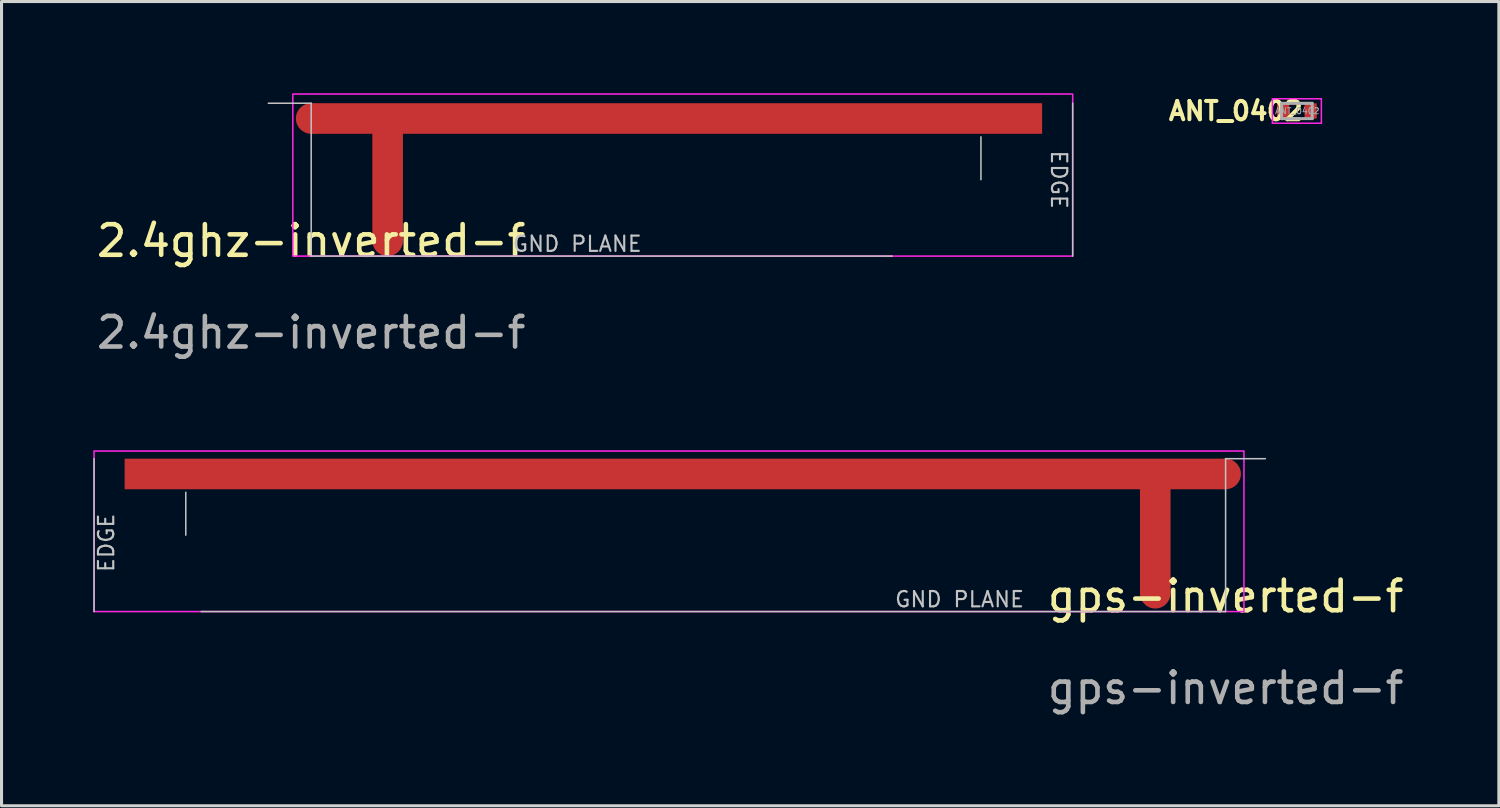
<source format=kicad_pcb>
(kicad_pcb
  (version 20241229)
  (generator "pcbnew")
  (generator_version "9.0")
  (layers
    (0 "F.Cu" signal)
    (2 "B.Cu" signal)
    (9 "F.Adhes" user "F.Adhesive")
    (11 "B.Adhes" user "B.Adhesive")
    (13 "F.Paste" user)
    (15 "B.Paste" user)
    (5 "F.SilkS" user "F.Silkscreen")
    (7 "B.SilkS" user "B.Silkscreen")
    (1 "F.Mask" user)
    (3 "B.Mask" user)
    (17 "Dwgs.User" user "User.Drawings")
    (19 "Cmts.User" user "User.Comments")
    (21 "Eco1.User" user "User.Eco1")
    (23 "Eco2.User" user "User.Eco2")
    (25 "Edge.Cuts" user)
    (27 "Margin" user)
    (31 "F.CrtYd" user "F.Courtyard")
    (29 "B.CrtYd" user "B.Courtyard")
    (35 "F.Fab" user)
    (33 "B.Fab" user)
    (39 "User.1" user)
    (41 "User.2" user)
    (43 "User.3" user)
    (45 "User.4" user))
  (footprint "2.4ghz-inverted-f"
    (layer "F.Cu")
    (at 7.125 5.325)
    (property "Reference" "2.4ghz-inverted-f" (at 0 -0.5 0) (unlocked yes) (layer "F.SilkS") (effects (font (size 1 1) (thickness 0.15))))
    (attr exclude_from_pos_files exclude_from_bom)
    (fp_rect (start 0 -5) (end 23.9 -4) (stroke (width 0) (type solid)) (fill yes) (layer "F.Cu"))
    (fp_rect (start 2 -0.5) (end 3 -4.55) (stroke (width 0) (type solid)) (fill yes) (layer "F.Cu"))
    (fp_line (start 19.9 -3.7) (end 19.9 -2.9) (stroke (width 0.12) (type solid)) (layer "F.Mask"))
    (fp_line (start 20.4 -3.7) (end 20.4 -2.9) (stroke (width 0.12) (type solid)) (layer "F.Mask"))
    (fp_line (start 20.9 -3.7) (end 20.9 -2.9) (stroke (width 0.12) (type solid)) (layer "F.Mask"))
    (fp_line (start 21.4 -3.7) (end 21.4 -2.9) (stroke (width 0.12) (type solid)) (layer "F.Mask"))
    (fp_line (start 21.9 -3.7) (end 21.9 -2.3) (stroke (width 0.12) (type solid)) (layer "F.Mask"))
    (fp_line (start 22.4 -3.7) (end 22.4 -2.9) (stroke (width 0.12) (type solid)) (layer "F.Mask"))
    (fp_line (start 22.9 -3.7) (end 22.9 -2.9) (stroke (width 0.12) (type solid)) (layer "F.Mask"))
    (fp_line (start 23.4 -3.7) (end 23.4 -2.9) (stroke (width 0.12) (type solid)) (layer "F.Mask"))
    (fp_line (start 23.9 -3.7) (end 23.9 -2.9) (stroke (width 0.12) (type solid)) (layer "F.Mask"))
    (fp_rect (start 0.05 -5) (end 23.9 -4) (stroke (width 0.1) (type solid)) (fill yes) (layer "F.Mask"))
    (fp_rect (start 2.95 -4) (end 2.05 -0.15) (stroke (width 0.2) (type solid)) (fill yes) (layer "F.Mask"))
    (fp_line (start 0 -5) (end -1.4 -5) (stroke (width 0.05) (type solid)) (layer "Dwgs.User"))
    (fp_line (start 0 0) (end 0 -5) (stroke (width 0.05) (type solid)) (layer "Dwgs.User"))
    (fp_line (start 0 0) (end 19 0) (stroke (width 0.05) (type solid)) (layer "Dwgs.User"))
    (fp_line (start 21.9 -3.9) (end 21.9 -2.5) (stroke (width 0.05) (type solid)) (layer "Dwgs.User"))
    (fp_line (start 24.9 0) (end 24.9 -5) (stroke (width 0.05) (type solid)) (layer "Dwgs.User"))
    (fp_rect (start -0.6 -5.3) (end 24.9 0) (stroke (width 0.05) (type solid)) (fill no) (layer "F.CrtYd"))
    (fp_text user "EDGE" (at 24.45 -2.5 270) (unlocked yes) (layer "Dwgs.User") (effects (font (size 0.5 0.5) (thickness 0.07))))
    (fp_text user "GND PLANE" (at 8.7 -0.4 0) (unlocked yes) (layer "Dwgs.User") (effects (font (size 0.5 0.5) (thickness 0.07))))
    (fp_text user "${REFERENCE}" (at 0 2.5 0) (unlocked yes) (layer "F.Fab") (effects (font (size 1 1) (thickness 0.15))))
    (pad "1" smd circle (at 2.5 -0.5) (size 1 1) (layers "F.Cu"))
    (pad "2" smd circle (at 0 -4.5) (size 1 1) (layers "F.Cu")))
  (footprint "ANT_0402"
    (layer "F.Cu")
    (at 39.356 0.579)
    (property "Reference" "ANT_0402" (at -2 0 0) (layer "F.SilkS") (effects (font (size 0.6 0.6) (thickness 0.13))))
    (property "Value" "${VALUE}" (at 0 0.45 0) (layer "F.Fab") (hide yes) (effects (font (size 0.2 0.2) (thickness 0.03))))
    (attr smd)
    (fp_line (start -0.8 -0.4) (end 0.8 -0.4) (stroke (width 0.05) (type solid)) (layer "F.CrtYd"))
    (fp_line (start -0.8 0.4) (end -0.8 -0.4) (stroke (width 0.05) (type solid)) (layer "F.CrtYd"))
    (fp_line (start 0.8 -0.4) (end 0.8 0.4) (stroke (width 0.05) (type solid)) (layer "F.CrtYd"))
    (fp_line (start 0.8 0.4) (end -0.8 0.4) (stroke (width 0.05) (type solid)) (layer "F.CrtYd"))
    (fp_line (start -0.5 -0.25) (end 0.5 -0.25) (stroke (width 0.1) (type solid)) (layer "F.Fab"))
    (fp_line (start -0.5 0.25) (end -0.5 -0.25) (stroke (width 0.1) (type solid)) (layer "F.Fab"))
    (fp_line (start 0.5 -0.25) (end 0.5 0.25) (stroke (width 0.1) (type solid)) (layer "F.Fab"))
    (fp_line (start 0.5 0.25) (end -0.5 0.25) (stroke (width 0.1) (type solid)) (layer "F.Fab"))
    (fp_text user "${REFERENCE}" (at 0.013 0 0) (layer "F.Fab") (effects (font (size 0.2 0.2) (thickness 0.03))))
    (pad "1" smd roundrect (at -0.45 0 180) (size 0.4 0.5) (layers "F.Cu" "F.Mask" "F.Paste") (roundrect_rratio 0.05))
    (pad "2" smd roundrect (at 0.45 0) (size 0.4 0.5) (layers "F.Cu" "F.Mask" "F.Paste") (roundrect_rratio 0.05)))
  (footprint "gps-inverted-f"
    (layer "F.Cu")
    (at 37.025 16.948)
    (property "Reference" "gps-inverted-f" (at 0 -0.5 0) (unlocked yes) (layer "F.SilkS") (effects (font (size 1 1) (thickness 0.15))))
    (attr exclude_from_pos_files exclude_from_bom)
    (fp_rect (start -1.8 -0.6) (end -2.8 -4.5) (stroke (width 0) (type solid)) (fill yes) (layer "F.Cu"))
    (fp_rect (start 0 -5) (end -36 -4) (stroke (width 0) (type solid)) (fill yes) (layer "F.Cu"))
    (fp_line (start -36 -3.7) (end -36 -2.9) (stroke (width 0.12) (type solid)) (layer "F.Mask"))
    (fp_line (start -35.5 -3.7) (end -35.5 -2.9) (stroke (width 0.12) (type solid)) (layer "F.Mask"))
    (fp_line (start -35 -3.7) (end -35 -2.9) (stroke (width 0.12) (type solid)) (layer "F.Mask"))
    (fp_line (start -34.5 -3.7) (end -34.5 -2.9) (stroke (width 0.12) (type solid)) (layer "F.Mask"))
    (fp_line (start -34 -3.7) (end -34 -2.5) (stroke (width 0.12) (type solid)) (layer "F.Mask"))
    (fp_line (start -33.5 -3.7) (end -33.5 -2.9) (stroke (width 0.12) (type solid)) (layer "F.Mask"))
    (fp_line (start -33 -3.7) (end -33 -2.9) (stroke (width 0.12) (type solid)) (layer "F.Mask"))
    (fp_line (start -32.5 -3.7) (end -32.5 -2.9) (stroke (width 0.12) (type solid)) (layer "F.Mask"))
    (fp_line (start -32 -3.7) (end -32 -2.9) (stroke (width 0.12) (type solid)) (layer "F.Mask"))
    (fp_rect (start -2.75 -3.95) (end -1.85 -0.1) (stroke (width 0.2) (type solid)) (fill yes) (layer "F.Mask"))
    (fp_rect (start 0 -5) (end -36 -4) (stroke (width 0.1) (type solid)) (fill yes) (layer "F.Mask"))
    (fp_line (start -37 0) (end -37 -5) (stroke (width 0.05) (type solid)) (layer "Dwgs.User"))
    (fp_line (start -34 -3.9) (end -34 -2.5) (stroke (width 0.05) (type solid)) (layer "Dwgs.User"))
    (fp_line (start 0 -5) (end 1.3 -5) (stroke (width 0.05) (type solid)) (layer "Dwgs.User"))
    (fp_line (start 0 0) (end -33.5 0) (stroke (width 0.05) (type solid)) (layer "Dwgs.User"))
    (fp_line (start 0 0) (end 0 -5) (stroke (width 0.05) (type solid)) (layer "Dwgs.User"))
    (fp_rect (start 0.6 -5.25) (end -37 0) (stroke (width 0.05) (type solid)) (fill no) (layer "F.CrtYd"))
    (fp_text user "GND PLANE" (at -8.7 -0.4 0) (unlocked yes) (layer "Dwgs.User") (effects (font (size 0.5 0.5) (thickness 0.07))))
    (fp_text user "EDGE" (at -36.6 -2.25 90) (unlocked yes) (layer "Dwgs.User") (effects (font (size 0.5 0.5) (thickness 0.07))))
    (fp_text user "${REFERENCE}" (at 0 2.5 0) (unlocked yes) (layer "F.Fab") (effects (font (size 1 1) (thickness 0.15))))
    (pad "1" smd circle (at -2.3 -0.6) (size 1 1) (layers "F.Cu"))
    (pad "2" smd circle (at 0 -4.5) (size 1 1) (layers "F.Cu")))
  (gr_rect
    (start -3 -3)
    (end 45.96 23.297)
    (stroke (width 0.1) (type default))
    (fill no)
    (layer "Edge.Cuts")))
</source>
